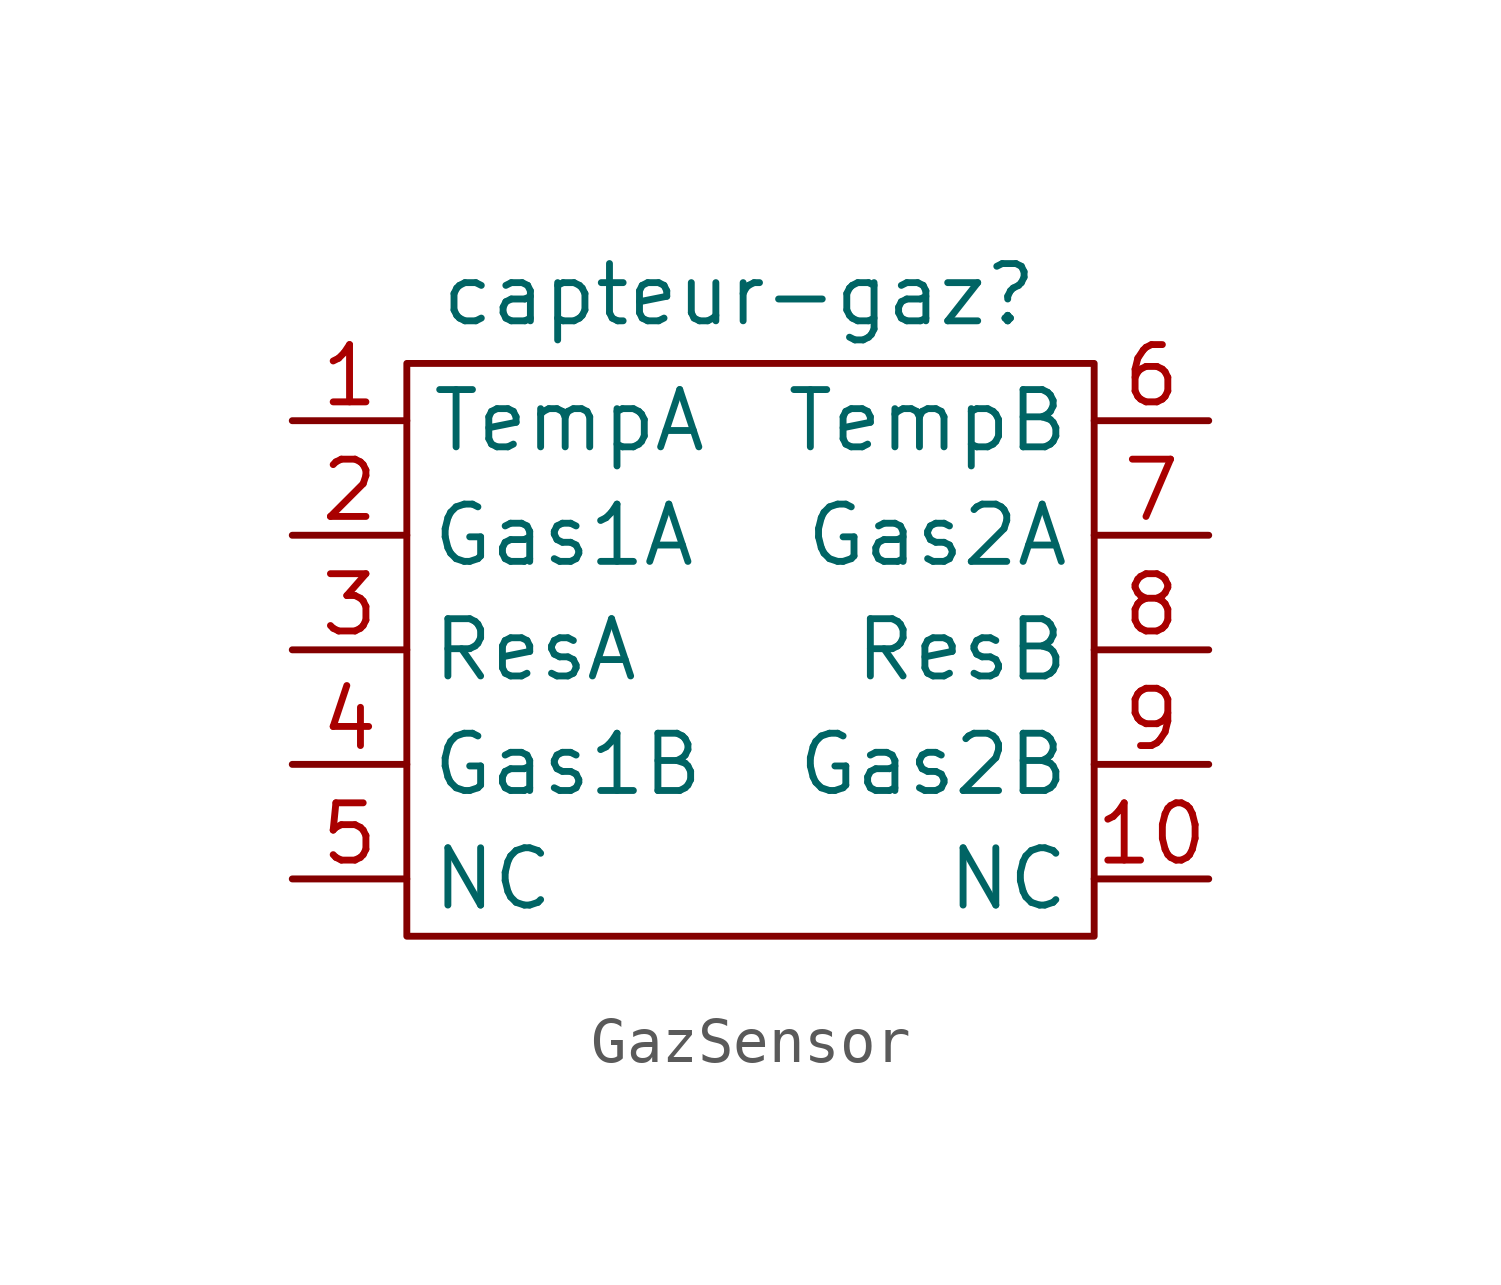
<source format=kicad_sym>
(kicad_symbol_lib
  (version 20241209)
  (generator "kicad_symbol_editor")
  (generator_version "9.0")
  (symbol "GazSensor"
    (property "Reference" "capteur-gaz"
      (at -0.254 6.604 0)
      (effects (font (size 1.27 1.27))))
    (property "Value" ""
      (at 0 0 0)
      (effects (font (size 1.27 1.27))))
    (symbol "GazSensor_0_1"
      (rectangle (start -7.62 5.08) (end 7.62 -7.62) (stroke (width 0) (type solid)) (fill (type none))))
    (symbol "GazSensor_1_1"
      (pin passive line (at -10.16 3.81 0) (length 2.54) (name "TempA" (effects (font (size 1.27 1.27)))) (number "1" (effects (font (size 1.27 1.27)))))
      (pin passive line (at -10.16 1.27 0) (length 2.54) (name "Gas1A" (effects (font (size 1.27 1.27)))) (number "2" (effects (font (size 1.27 1.27)))))
      (pin passive line (at -10.16 -1.27 0) (length 2.54) (name "ResA" (effects (font (size 1.27 1.27)))) (number "3" (effects (font (size 1.27 1.27)))))
      (pin passive line (at -10.16 -3.81 0) (length 2.54) (name "Gas1B" (effects (font (size 1.27 1.27)))) (number "4" (effects (font (size 1.27 1.27)))))
      (pin passive line (at -10.16 -6.35 0) (length 2.54) (name "NC" (effects (font (size 1.27 1.27)))) (number "5" (effects (font (size 1.27 1.27)))))
      (pin passive line (at 10.16 3.81 180) (length 2.54) (name "TempB" (effects (font (size 1.27 1.27)))) (number "6" (effects (font (size 1.27 1.27)))))
      (pin passive line (at 10.16 1.27 180) (length 2.54) (name "Gas2A" (effects (font (size 1.27 1.27)))) (number "7" (effects (font (size 1.27 1.27)))))
      (pin passive line (at 10.16 -1.27 180) (length 2.54) (name "ResB" (effects (font (size 1.27 1.27)))) (number "8" (effects (font (size 1.27 1.27)))))
      (pin passive line (at 10.16 -3.81 180) (length 2.54) (name "Gas2B" (effects (font (size 1.27 1.27)))) (number "9" (effects (font (size 1.27 1.27)))))
      (pin passive line (at 10.16 -6.35 180) (length 2.54) (name "NC" (effects (font (size 1.27 1.27)))) (number "10" (effects (font (size 1.27 1.27))))))))
</source>
